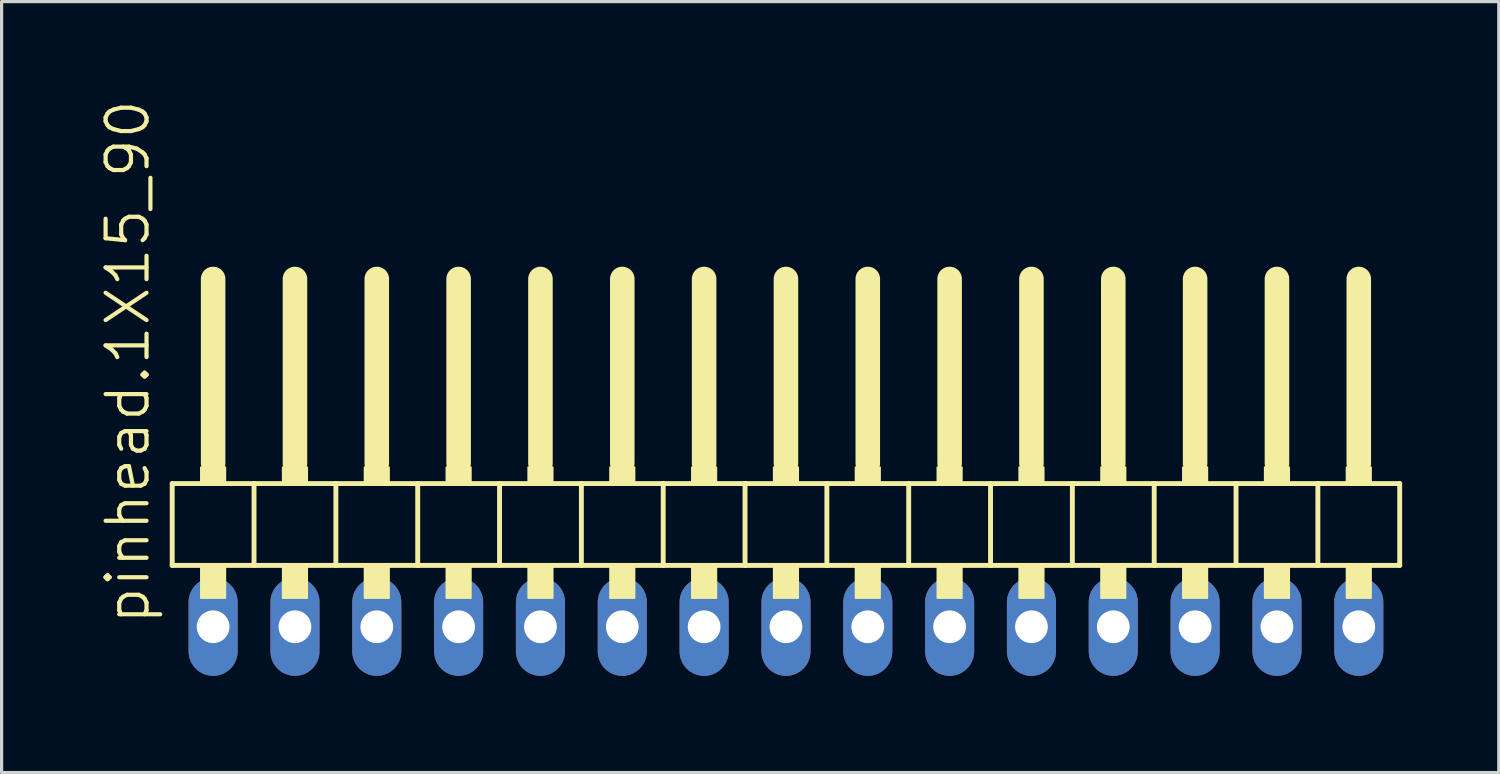
<source format=kicad_pcb>
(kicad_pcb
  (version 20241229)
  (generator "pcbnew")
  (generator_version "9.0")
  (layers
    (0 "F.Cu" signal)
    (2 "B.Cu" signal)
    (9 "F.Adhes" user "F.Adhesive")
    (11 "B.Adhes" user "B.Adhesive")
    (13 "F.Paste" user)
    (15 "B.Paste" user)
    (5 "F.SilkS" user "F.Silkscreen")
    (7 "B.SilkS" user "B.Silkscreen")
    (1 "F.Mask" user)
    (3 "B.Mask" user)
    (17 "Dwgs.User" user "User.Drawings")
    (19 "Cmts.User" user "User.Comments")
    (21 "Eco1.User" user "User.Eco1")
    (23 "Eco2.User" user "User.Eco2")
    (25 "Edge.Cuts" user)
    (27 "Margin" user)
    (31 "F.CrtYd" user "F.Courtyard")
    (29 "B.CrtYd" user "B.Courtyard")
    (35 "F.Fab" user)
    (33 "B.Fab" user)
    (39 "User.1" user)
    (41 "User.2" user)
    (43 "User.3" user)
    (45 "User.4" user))
  (footprint "pinhead.1X15_90"
    (layer "F.Cu")
    (at 21.345 12.594)
    (property "Reference" "pinhead.1X15_90" (at -19.685 3.81 90) (layer "F.SilkS") (effects (font (size 1.27 1.27) (thickness 0.13)) (justify left bottom)))
    (attr through_hole)
    (fp_line (start -19.05 -0.635) (end -19.05 1.905) (stroke (width 0.152) (type default)) (layer "F.SilkS"))
    (fp_line (start -19.05 1.905) (end -16.51 1.905) (stroke (width 0.152) (type default)) (layer "F.SilkS"))
    (fp_line (start -17.78 -6.985) (end -17.78 -1.27) (stroke (width 0.762) (type default)) (layer "F.SilkS"))
    (fp_line (start -16.51 -0.635) (end -19.05 -0.635) (stroke (width 0.152) (type default)) (layer "F.SilkS"))
    (fp_line (start -16.51 1.905) (end -16.51 -0.635) (stroke (width 0.152) (type default)) (layer "F.SilkS"))
    (fp_line (start -16.51 1.905) (end -13.97 1.905) (stroke (width 0.152) (type default)) (layer "F.SilkS"))
    (fp_line (start -15.24 -6.985) (end -15.24 -1.27) (stroke (width 0.762) (type default)) (layer "F.SilkS"))
    (fp_line (start -13.97 -0.635) (end -16.51 -0.635) (stroke (width 0.152) (type default)) (layer "F.SilkS"))
    (fp_line (start -13.97 1.905) (end -13.97 -0.635) (stroke (width 0.152) (type default)) (layer "F.SilkS"))
    (fp_line (start -13.97 1.905) (end -11.43 1.905) (stroke (width 0.152) (type default)) (layer "F.SilkS"))
    (fp_line (start -12.7 -6.985) (end -12.7 -1.27) (stroke (width 0.762) (type default)) (layer "F.SilkS"))
    (fp_line (start -11.43 -0.635) (end -13.97 -0.635) (stroke (width 0.152) (type default)) (layer "F.SilkS"))
    (fp_line (start -11.43 1.905) (end -11.43 -0.635) (stroke (width 0.152) (type default)) (layer "F.SilkS"))
    (fp_line (start -11.43 1.905) (end -8.89 1.905) (stroke (width 0.152) (type default)) (layer "F.SilkS"))
    (fp_line (start -10.16 -6.985) (end -10.16 -1.27) (stroke (width 0.762) (type default)) (layer "F.SilkS"))
    (fp_line (start -8.89 -0.635) (end -11.43 -0.635) (stroke (width 0.152) (type default)) (layer "F.SilkS"))
    (fp_line (start -8.89 1.905) (end -8.89 -0.635) (stroke (width 0.152) (type default)) (layer "F.SilkS"))
    (fp_line (start -8.89 1.905) (end -6.35 1.905) (stroke (width 0.152) (type default)) (layer "F.SilkS"))
    (fp_line (start -7.62 -6.985) (end -7.62 -1.27) (stroke (width 0.762) (type default)) (layer "F.SilkS"))
    (fp_line (start -6.35 -0.635) (end -8.89 -0.635) (stroke (width 0.152) (type default)) (layer "F.SilkS"))
    (fp_line (start -6.35 1.905) (end -6.35 -0.635) (stroke (width 0.152) (type default)) (layer "F.SilkS"))
    (fp_line (start -6.35 1.905) (end -3.81 1.905) (stroke (width 0.152) (type default)) (layer "F.SilkS"))
    (fp_line (start -5.08 -6.985) (end -5.08 -1.27) (stroke (width 0.762) (type default)) (layer "F.SilkS"))
    (fp_line (start -3.81 -0.635) (end -6.35 -0.635) (stroke (width 0.152) (type default)) (layer "F.SilkS"))
    (fp_line (start -3.81 1.905) (end -3.81 -0.635) (stroke (width 0.152) (type default)) (layer "F.SilkS"))
    (fp_line (start -3.81 1.905) (end -1.27 1.905) (stroke (width 0.152) (type default)) (layer "F.SilkS"))
    (fp_line (start -2.54 -6.985) (end -2.54 -1.27) (stroke (width 0.762) (type default)) (layer "F.SilkS"))
    (fp_line (start -1.27 -0.635) (end -3.81 -0.635) (stroke (width 0.152) (type default)) (layer "F.SilkS"))
    (fp_line (start -1.27 1.905) (end -1.27 -0.635) (stroke (width 0.152) (type default)) (layer "F.SilkS"))
    (fp_line (start -1.27 1.905) (end 1.27 1.905) (stroke (width 0.152) (type default)) (layer "F.SilkS"))
    (fp_line (start 0 -6.985) (end 0 -1.27) (stroke (width 0.762) (type default)) (layer "F.SilkS"))
    (fp_line (start 1.27 -0.635) (end -1.27 -0.635) (stroke (width 0.152) (type default)) (layer "F.SilkS"))
    (fp_line (start 1.27 1.905) (end 1.27 -0.635) (stroke (width 0.152) (type default)) (layer "F.SilkS"))
    (fp_line (start 1.27 1.905) (end 3.81 1.905) (stroke (width 0.152) (type default)) (layer "F.SilkS"))
    (fp_line (start 2.54 -6.985) (end 2.54 -1.27) (stroke (width 0.762) (type default)) (layer "F.SilkS"))
    (fp_line (start 3.81 -0.635) (end 1.27 -0.635) (stroke (width 0.152) (type default)) (layer "F.SilkS"))
    (fp_line (start 3.81 1.905) (end 3.81 -0.635) (stroke (width 0.152) (type default)) (layer "F.SilkS"))
    (fp_line (start 3.81 1.905) (end 6.35 1.905) (stroke (width 0.152) (type default)) (layer "F.SilkS"))
    (fp_line (start 5.08 -6.985) (end 5.08 -1.27) (stroke (width 0.762) (type default)) (layer "F.SilkS"))
    (fp_line (start 6.35 -0.635) (end 3.81 -0.635) (stroke (width 0.152) (type default)) (layer "F.SilkS"))
    (fp_line (start 6.35 1.905) (end 6.35 -0.635) (stroke (width 0.152) (type default)) (layer "F.SilkS"))
    (fp_line (start 6.35 1.905) (end 8.89 1.905) (stroke (width 0.152) (type default)) (layer "F.SilkS"))
    (fp_line (start 7.62 -6.985) (end 7.62 -1.27) (stroke (width 0.762) (type default)) (layer "F.SilkS"))
    (fp_line (start 8.89 -0.635) (end 6.35 -0.635) (stroke (width 0.152) (type default)) (layer "F.SilkS"))
    (fp_line (start 8.89 1.905) (end 8.89 -0.635) (stroke (width 0.152) (type default)) (layer "F.SilkS"))
    (fp_line (start 8.89 1.905) (end 11.43 1.905) (stroke (width 0.152) (type default)) (layer "F.SilkS"))
    (fp_line (start 10.16 -6.985) (end 10.16 -1.27) (stroke (width 0.762) (type default)) (layer "F.SilkS"))
    (fp_line (start 11.43 -0.635) (end 8.89 -0.635) (stroke (width 0.152) (type default)) (layer "F.SilkS"))
    (fp_line (start 11.43 1.905) (end 11.43 -0.635) (stroke (width 0.152) (type default)) (layer "F.SilkS"))
    (fp_line (start 11.43 1.905) (end 13.97 1.905) (stroke (width 0.152) (type default)) (layer "F.SilkS"))
    (fp_line (start 12.7 -6.985) (end 12.7 -1.27) (stroke (width 0.762) (type default)) (layer "F.SilkS"))
    (fp_line (start 13.97 -0.635) (end 11.43 -0.635) (stroke (width 0.152) (type default)) (layer "F.SilkS"))
    (fp_line (start 13.97 1.905) (end 13.97 -0.635) (stroke (width 0.152) (type default)) (layer "F.SilkS"))
    (fp_line (start 13.97 1.905) (end 16.51 1.905) (stroke (width 0.152) (type default)) (layer "F.SilkS"))
    (fp_line (start 15.24 -6.985) (end 15.24 -1.27) (stroke (width 0.762) (type default)) (layer "F.SilkS"))
    (fp_line (start 16.51 -0.635) (end 13.97 -0.635) (stroke (width 0.152) (type default)) (layer "F.SilkS"))
    (fp_line (start 16.51 1.905) (end 16.51 -0.635) (stroke (width 0.152) (type default)) (layer "F.SilkS"))
    (fp_line (start 16.51 1.905) (end 19.05 1.905) (stroke (width 0.152) (type default)) (layer "F.SilkS"))
    (fp_line (start 17.78 -6.985) (end 17.78 -1.27) (stroke (width 0.762) (type default)) (layer "F.SilkS"))
    (fp_line (start 19.05 -0.635) (end 16.51 -0.635) (stroke (width 0.152) (type default)) (layer "F.SilkS"))
    (fp_line (start 19.05 1.905) (end 19.05 -0.635) (stroke (width 0.152) (type default)) (layer "F.SilkS"))
    (fp_rect (start -18.161 -0.635) (end -17.399 -1.143) (stroke (width 0.05) (type default)) (fill yes) (layer "F.SilkS"))
    (fp_rect (start -18.161 2.921) (end -17.399 1.905) (stroke (width 0.05) (type default)) (fill yes) (layer "F.SilkS"))
    (fp_rect (start -15.621 -0.635) (end -14.859 -1.143) (stroke (width 0.05) (type default)) (fill yes) (layer "F.SilkS"))
    (fp_rect (start -15.621 2.921) (end -14.859 1.905) (stroke (width 0.05) (type default)) (fill yes) (layer "F.SilkS"))
    (fp_rect (start -13.081 -0.635) (end -12.319 -1.143) (stroke (width 0.05) (type default)) (fill yes) (layer "F.SilkS"))
    (fp_rect (start -13.081 2.921) (end -12.319 1.905) (stroke (width 0.05) (type default)) (fill yes) (layer "F.SilkS"))
    (fp_rect (start -10.541 -0.635) (end -9.779 -1.143) (stroke (width 0.05) (type default)) (fill yes) (layer "F.SilkS"))
    (fp_rect (start -10.541 2.921) (end -9.779 1.905) (stroke (width 0.05) (type default)) (fill yes) (layer "F.SilkS"))
    (fp_rect (start -8.001 -0.635) (end -7.239 -1.143) (stroke (width 0.05) (type default)) (fill yes) (layer "F.SilkS"))
    (fp_rect (start -8.001 2.921) (end -7.239 1.905) (stroke (width 0.05) (type default)) (fill yes) (layer "F.SilkS"))
    (fp_rect (start -5.461 -0.635) (end -4.699 -1.143) (stroke (width 0.05) (type default)) (fill yes) (layer "F.SilkS"))
    (fp_rect (start -5.461 2.921) (end -4.699 1.905) (stroke (width 0.05) (type default)) (fill yes) (layer "F.SilkS"))
    (fp_rect (start -2.921 -0.635) (end -2.159 -1.143) (stroke (width 0.05) (type default)) (fill yes) (layer "F.SilkS"))
    (fp_rect (start -2.921 2.921) (end -2.159 1.905) (stroke (width 0.05) (type default)) (fill yes) (layer "F.SilkS"))
    (fp_rect (start -0.381 -0.635) (end 0.381 -1.143) (stroke (width 0.05) (type default)) (fill yes) (layer "F.SilkS"))
    (fp_rect (start -0.381 2.921) (end 0.381 1.905) (stroke (width 0.05) (type default)) (fill yes) (layer "F.SilkS"))
    (fp_rect (start 2.159 -0.635) (end 2.921 -1.143) (stroke (width 0.05) (type default)) (fill yes) (layer "F.SilkS"))
    (fp_rect (start 2.159 2.921) (end 2.921 1.905) (stroke (width 0.05) (type default)) (fill yes) (layer "F.SilkS"))
    (fp_rect (start 4.699 -0.635) (end 5.461 -1.143) (stroke (width 0.05) (type default)) (fill yes) (layer "F.SilkS"))
    (fp_rect (start 4.699 2.921) (end 5.461 1.905) (stroke (width 0.05) (type default)) (fill yes) (layer "F.SilkS"))
    (fp_rect (start 7.239 -0.635) (end 8.001 -1.143) (stroke (width 0.05) (type default)) (fill yes) (layer "F.SilkS"))
    (fp_rect (start 7.239 2.921) (end 8.001 1.905) (stroke (width 0.05) (type default)) (fill yes) (layer "F.SilkS"))
    (fp_rect (start 9.779 -0.635) (end 10.541 -1.143) (stroke (width 0.05) (type default)) (fill yes) (layer "F.SilkS"))
    (fp_rect (start 9.779 2.921) (end 10.541 1.905) (stroke (width 0.05) (type default)) (fill yes) (layer "F.SilkS"))
    (fp_rect (start 12.319 -0.635) (end 13.081 -1.143) (stroke (width 0.05) (type default)) (fill yes) (layer "F.SilkS"))
    (fp_rect (start 12.319 2.921) (end 13.081 1.905) (stroke (width 0.05) (type default)) (fill yes) (layer "F.SilkS"))
    (fp_rect (start 14.859 -0.635) (end 15.621 -1.143) (stroke (width 0.05) (type default)) (fill yes) (layer "F.SilkS"))
    (fp_rect (start 14.859 2.921) (end 15.621 1.905) (stroke (width 0.05) (type default)) (fill yes) (layer "F.SilkS"))
    (fp_rect (start 17.399 -0.635) (end 18.161 -1.143) (stroke (width 0.05) (type default)) (fill yes) (layer "F.SilkS"))
    (fp_rect (start 17.399 2.921) (end 18.161 1.905) (stroke (width 0.05) (type default)) (fill yes) (layer "F.SilkS"))
    (pad "1" thru_hole oval (at -17.78 3.81 90) (size 3.048 1.524) (drill 1.016) (layers "*.Cu" "*.Mask"))
    (pad "2" thru_hole oval (at -15.24 3.81 90) (size 3.048 1.524) (drill 1.016) (layers "*.Cu" "*.Mask"))
    (pad "3" thru_hole oval (at -12.7 3.81 90) (size 3.048 1.524) (drill 1.016) (layers "*.Cu" "*.Mask"))
    (pad "4" thru_hole oval (at -10.16 3.81 90) (size 3.048 1.524) (drill 1.016) (layers "*.Cu" "*.Mask"))
    (pad "5" thru_hole oval (at -7.62 3.81 90) (size 3.048 1.524) (drill 1.016) (layers "*.Cu" "*.Mask"))
    (pad "6" thru_hole oval (at -5.08 3.81 90) (size 3.048 1.524) (drill 1.016) (layers "*.Cu" "*.Mask"))
    (pad "7" thru_hole oval (at -2.54 3.81 90) (size 3.048 1.524) (drill 1.016) (layers "*.Cu" "*.Mask"))
    (pad "8" thru_hole oval (at 0 3.81 90) (size 3.048 1.524) (drill 1.016) (layers "*.Cu" "*.Mask"))
    (pad "9" thru_hole oval (at 2.54 3.81 90) (size 3.048 1.524) (drill 1.016) (layers "*.Cu" "*.Mask"))
    (pad "10" thru_hole oval (at 5.08 3.81 90) (size 3.048 1.524) (drill 1.016) (layers "*.Cu" "*.Mask"))
    (pad "11" thru_hole oval (at 7.62 3.81 90) (size 3.048 1.524) (drill 1.016) (layers "*.Cu" "*.Mask"))
    (pad "12" thru_hole oval (at 10.16 3.81 90) (size 3.048 1.524) (drill 1.016) (layers "*.Cu" "*.Mask"))
    (pad "13" thru_hole oval (at 12.7 3.81 90) (size 3.048 1.524) (drill 1.016) (layers "*.Cu" "*.Mask"))
    (pad "14" thru_hole oval (at 15.24 3.81 90) (size 3.048 1.524) (drill 1.016) (layers "*.Cu" "*.Mask"))
    (pad "15" thru_hole oval (at 17.78 3.81 90) (size 3.048 1.524) (drill 1.016) (layers "*.Cu" "*.Mask")))
  (gr_rect
    (start -3 -3)
    (end 43.471 20.928)
    (stroke (width 0.1) (type default))
    (fill no)
    (layer "Edge.Cuts")))
</source>
